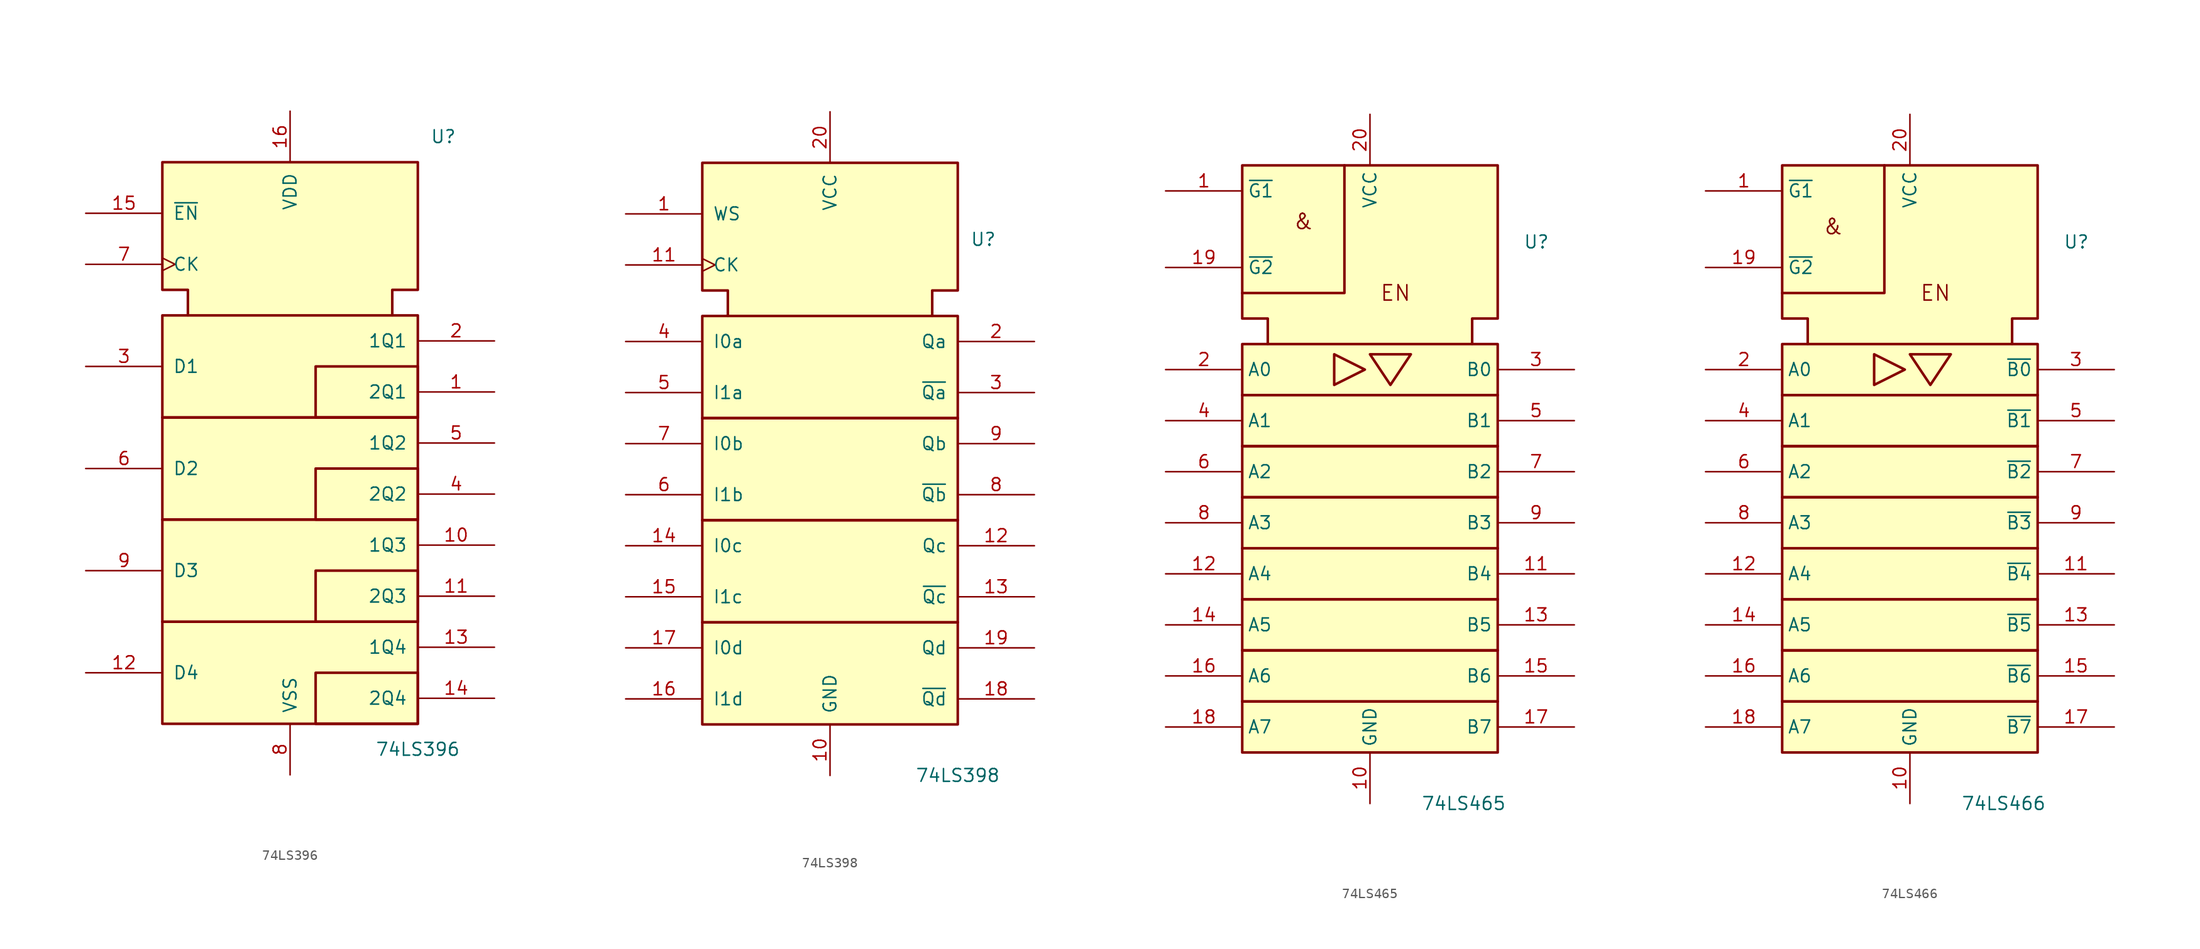
<source format=kicad_sym>
(kicad_symbol_lib
  (version 20241209)
  (generator "kicad_symbol_editor")
  (generator_version "9.0")
  (symbol "74LS396"
    (pin_names
      (offset 1.016))
    (property "Reference" "U"
      (at 15.24 20.32 0)
      (effects (font (size 1.27 1.27))))
    (property "Value" "74LS396"
      (at 12.7 -40.64 0)
      (effects (font (size 1.27 1.27))))
    (symbol "74LS396_0_0"
      (rectangle (start -12.7 2.54) (end 12.7 -7.62) (stroke (width 0.254) (type default)) (fill (type background)))
      (rectangle (start -12.7 -7.62) (end 12.7 -17.78) (stroke (width 0.254) (type default)) (fill (type background)))
      (rectangle (start -12.7 -17.78) (end 12.7 -27.94) (stroke (width 0.254) (type default)) (fill (type background)))
      (rectangle (start -12.7 -27.94) (end 12.7 -38.1) (stroke (width 0.254) (type default)) (fill (type background)))
      (rectangle (start 12.7 -2.54) (end 2.54 -7.62) (stroke (width 0.254) (type default)) (fill (type background)))
      (rectangle (start 12.7 -12.7) (end 2.54 -17.78) (stroke (width 0.254) (type default)) (fill (type background)))
      (rectangle (start 12.7 -22.86) (end 2.54 -27.94) (stroke (width 0.254) (type default)) (fill (type background)))
      (rectangle (start 12.7 -33.02) (end 2.54 -38.1) (stroke (width 0.254) (type default)) (fill (type background))))
    (symbol "74LS396_0_1"
      (polyline (pts (xy -10.16 2.54) (xy -10.16 5.08) (xy -12.7 5.08) (xy -12.7 17.78) (xy 12.7 17.78) (xy 12.7 5.08) (xy 10.16 5.08) (xy 10.16 2.54) (xy 10.16 2.54)) (stroke (width 0.254) (type default)) (fill (type background))))
    (symbol "74LS396_1_1"
      (pin input line (at -20.32 12.7 0) (length 7.62) (name "~{EN}" (effects (font (size 1.27 1.27)))) (number "15" (effects (font (size 1.27 1.27)))))
      (pin input clock (at -20.32 7.62 0) (length 7.62) (name "CK" (effects (font (size 1.27 1.27)))) (number "7" (effects (font (size 1.27 1.27)))))
      (pin input line (at -20.32 -2.54 0) (length 7.62) (name "D1" (effects (font (size 1.27 1.27)))) (number "3" (effects (font (size 1.27 1.27)))))
      (pin input line (at -20.32 -12.7 0) (length 7.62) (name "D2" (effects (font (size 1.27 1.27)))) (number "6" (effects (font (size 1.27 1.27)))))
      (pin input line (at -20.32 -22.86 0) (length 7.62) (name "D3" (effects (font (size 1.27 1.27)))) (number "9" (effects (font (size 1.27 1.27)))))
      (pin input line (at -20.32 -33.02 0) (length 7.62) (name "D4" (effects (font (size 1.27 1.27)))) (number "12" (effects (font (size 1.27 1.27)))))
      (pin power_in line (at 0 22.86 270) (length 5.08) (name "VDD" (effects (font (size 1.27 1.27)))) (number "16" (effects (font (size 1.27 1.27)))))
      (pin power_in line (at 0 -43.18 90) (length 5.08) (name "VSS" (effects (font (size 1.27 1.27)))) (number "8" (effects (font (size 1.27 1.27)))))
      (pin output line (at 20.32 0 180) (length 7.62) (name "1Q1" (effects (font (size 1.27 1.27)))) (number "2" (effects (font (size 1.27 1.27)))))
      (pin output line (at 20.32 -5.08 180) (length 7.62) (name "2Q1" (effects (font (size 1.27 1.27)))) (number "1" (effects (font (size 1.27 1.27)))))
      (pin output line (at 20.32 -10.16 180) (length 7.62) (name "1Q2" (effects (font (size 1.27 1.27)))) (number "5" (effects (font (size 1.27 1.27)))))
      (pin output line (at 20.32 -15.24 180) (length 7.62) (name "2Q2" (effects (font (size 1.27 1.27)))) (number "4" (effects (font (size 1.27 1.27)))))
      (pin output line (at 20.32 -20.32 180) (length 7.62) (name "1Q3" (effects (font (size 1.27 1.27)))) (number "10" (effects (font (size 1.27 1.27)))))
      (pin output line (at 20.32 -25.4 180) (length 7.62) (name "2Q3" (effects (font (size 1.27 1.27)))) (number "11" (effects (font (size 1.27 1.27)))))
      (pin output line (at 20.32 -30.48 180) (length 7.62) (name "1Q4" (effects (font (size 1.27 1.27)))) (number "13" (effects (font (size 1.27 1.27)))))
      (pin output line (at 20.32 -35.56 180) (length 7.62) (name "2Q4" (effects (font (size 1.27 1.27)))) (number "14" (effects (font (size 1.27 1.27)))))))
  (symbol "74LS398"
    (pin_names
      (offset 1.016))
    (property "Reference" "U"
      (at 15.24 20.32 0)
      (effects (font (size 1.27 1.27))))
    (property "Value" "74LS398"
      (at 12.7 -33.02 0)
      (effects (font (size 1.27 1.27))))
    (symbol "74LS398_0_0"
      (rectangle (start -12.7 12.7) (end 12.7 2.54) (stroke (width 0.254) (type default)) (fill (type background)))
      (rectangle (start -12.7 2.54) (end 12.7 -7.62) (stroke (width 0.254) (type default)) (fill (type background)))
      (rectangle (start -12.7 -7.62) (end 12.7 -17.78) (stroke (width 0.254) (type default)) (fill (type background)))
      (rectangle (start -12.7 -17.78) (end 12.7 -27.94) (stroke (width 0.254) (type default)) (fill (type background)))
      (polyline (pts (xy -10.16 12.7) (xy -10.16 15.24) (xy -12.7 15.24) (xy -12.7 27.94) (xy 12.7 27.94) (xy 12.7 15.24) (xy 10.16 15.24) (xy 10.16 12.7) (xy 10.16 12.7)) (stroke (width 0.254) (type default)) (fill (type background)))
      (pin power_in line (at 0 33.02 270) (length 5.08) (name "VCC" (effects (font (size 1.27 1.27)))) (number "20" (effects (font (size 1.27 1.27)))))
      (pin power_in line (at 0 -33.02 90) (length 5.08) (name "GND" (effects (font (size 1.27 1.27)))) (number "10" (effects (font (size 1.27 1.27))))))
    (symbol "74LS398_1_1"
      (pin input line (at -20.32 22.86 0) (length 7.62) (name "WS" (effects (font (size 1.27 1.27)))) (number "1" (effects (font (size 1.27 1.27)))))
      (pin input clock (at -20.32 17.78 0) (length 7.62) (name "CK" (effects (font (size 1.27 1.27)))) (number "11" (effects (font (size 1.27 1.27)))))
      (pin input line (at -20.32 10.16 0) (length 7.62) (name "I0a" (effects (font (size 1.27 1.27)))) (number "4" (effects (font (size 1.27 1.27)))))
      (pin input line (at -20.32 5.08 0) (length 7.62) (name "I1a" (effects (font (size 1.27 1.27)))) (number "5" (effects (font (size 1.27 1.27)))))
      (pin input line (at -20.32 0 0) (length 7.62) (name "I0b" (effects (font (size 1.27 1.27)))) (number "7" (effects (font (size 1.27 1.27)))))
      (pin input line (at -20.32 -5.08 0) (length 7.62) (name "I1b" (effects (font (size 1.27 1.27)))) (number "6" (effects (font (size 1.27 1.27)))))
      (pin input line (at -20.32 -10.16 0) (length 7.62) (name "I0c" (effects (font (size 1.27 1.27)))) (number "14" (effects (font (size 1.27 1.27)))))
      (pin input line (at -20.32 -15.24 0) (length 7.62) (name "I1c" (effects (font (size 1.27 1.27)))) (number "15" (effects (font (size 1.27 1.27)))))
      (pin input line (at -20.32 -20.32 0) (length 7.62) (name "I0d" (effects (font (size 1.27 1.27)))) (number "17" (effects (font (size 1.27 1.27)))))
      (pin input line (at -20.32 -25.4 0) (length 7.62) (name "I1d" (effects (font (size 1.27 1.27)))) (number "16" (effects (font (size 1.27 1.27)))))
      (pin tri_state line (at 20.32 10.16 180) (length 7.62) (name "Qa" (effects (font (size 1.27 1.27)))) (number "2" (effects (font (size 1.27 1.27)))))
      (pin output line (at 20.32 5.08 180) (length 7.62) (name "~{Qa}" (effects (font (size 1.27 1.27)))) (number "3" (effects (font (size 1.27 1.27)))))
      (pin tri_state line (at 20.32 0 180) (length 7.62) (name "Qb" (effects (font (size 1.27 1.27)))) (number "9" (effects (font (size 1.27 1.27)))))
      (pin output line (at 20.32 -5.08 180) (length 7.62) (name "~{Qb}" (effects (font (size 1.27 1.27)))) (number "8" (effects (font (size 1.27 1.27)))))
      (pin tri_state line (at 20.32 -10.16 180) (length 7.62) (name "Qc" (effects (font (size 1.27 1.27)))) (number "12" (effects (font (size 1.27 1.27)))))
      (pin output line (at 20.32 -15.24 180) (length 7.62) (name "~{Qc}" (effects (font (size 1.27 1.27)))) (number "13" (effects (font (size 1.27 1.27)))))
      (pin tri_state line (at 20.32 -20.32 180) (length 7.62) (name "Qd" (effects (font (size 1.27 1.27)))) (number "19" (effects (font (size 1.27 1.27)))))
      (pin output line (at 20.32 -25.4 180) (length 7.62) (name "~{Qd}" (effects (font (size 1.27 1.27)))) (number "18" (effects (font (size 1.27 1.27)))))))
  (symbol "74LS465"
    (property "Reference" "U"
      (at 15.24 25.4 0)
      (effects (font (size 1.27 1.27)) (justify left)))
    (property "Value" "74LS465"
      (at 5.08 -30.48 0)
      (effects (font (size 1.27 1.27)) (justify left)))
    (symbol "74LS465_0_0"
      (polyline (pts (xy -3.556 14.224) (xy -3.556 11.176) (xy -0.508 12.7) (xy -3.556 14.224) (xy -3.556 14.224)) (stroke (width 0.254) (type default)) (fill (type background)))
      (polyline (pts (xy -2.54 33.02) (xy -2.54 20.32) (xy -12.7 20.32) (xy -12.7 20.32)) (stroke (width 0.254) (type default)) (fill (type background)))
      (polyline (pts (xy 0 14.224) (xy 4.064 14.224) (xy 2.032 11.176) (xy 0 14.224) (xy 0 14.224)) (stroke (width 0.254) (type default)) (fill (type background)))
      (text "&" (at -6.604 27.432 0) (effects (font (size 1.524 1.524))))
      (text "EN" (at 2.54 20.32 0) (effects (font (size 1.524 1.524))))
      (pin power_in line (at 0 38.1 270) (length 5.08) (name "VCC" (effects (font (size 1.27 1.27)))) (number "20" (effects (font (size 1.27 1.27)))))
      (pin power_in line (at 0 -30.48 90) (length 5.08) (name "GND" (effects (font (size 1.27 1.27)))) (number "10" (effects (font (size 1.27 1.27))))))
    (symbol "74LS465_0_1"
      (rectangle (start -12.7 15.24) (end 12.7 10.16) (stroke (width 0.254) (type default)) (fill (type background)))
      (rectangle (start -12.7 10.16) (end 12.7 5.08) (stroke (width 0.254) (type default)) (fill (type background)))
      (rectangle (start -12.7 5.08) (end 12.7 0) (stroke (width 0.254) (type default)) (fill (type background)))
      (rectangle (start -12.7 0) (end 12.7 -5.08) (stroke (width 0.254) (type default)) (fill (type background)))
      (rectangle (start -12.7 -5.08) (end 12.7 -10.16) (stroke (width 0.254) (type default)) (fill (type background)))
      (rectangle (start -12.7 -10.16) (end 12.7 -15.24) (stroke (width 0.254) (type default)) (fill (type background)))
      (rectangle (start -12.7 -15.24) (end 12.7 -20.32) (stroke (width 0.254) (type default)) (fill (type background)))
      (rectangle (start -12.7 -20.32) (end 12.7 -25.4) (stroke (width 0.254) (type default)) (fill (type background)))
      (polyline (pts (xy -10.16 15.24) (xy -10.16 17.78) (xy -12.7 17.78) (xy -12.7 33.02) (xy 12.7 33.02) (xy 12.7 17.78) (xy 10.16 17.78) (xy 10.16 15.24) (xy 10.16 15.24)) (stroke (width 0.254) (type default)) (fill (type background))))
    (symbol "74LS465_1_1"
      (pin input line (at -20.32 30.48 0) (length 7.62) (name "~{G1}" (effects (font (size 1.27 1.27)))) (number "1" (effects (font (size 1.27 1.27)))))
      (pin input line (at -20.32 22.86 0) (length 7.62) (name "~{G2}" (effects (font (size 1.27 1.27)))) (number "19" (effects (font (size 1.27 1.27)))))
      (pin tri_state line (at -20.32 12.7 0) (length 7.62) (name "A0" (effects (font (size 1.27 1.27)))) (number "2" (effects (font (size 1.27 1.27)))))
      (pin tri_state line (at -20.32 7.62 0) (length 7.62) (name "A1" (effects (font (size 1.27 1.27)))) (number "4" (effects (font (size 1.27 1.27)))))
      (pin tri_state line (at -20.32 2.54 0) (length 7.62) (name "A2" (effects (font (size 1.27 1.27)))) (number "6" (effects (font (size 1.27 1.27)))))
      (pin tri_state line (at -20.32 -2.54 0) (length 7.62) (name "A3" (effects (font (size 1.27 1.27)))) (number "8" (effects (font (size 1.27 1.27)))))
      (pin tri_state line (at -20.32 -7.62 0) (length 7.62) (name "A4" (effects (font (size 1.27 1.27)))) (number "12" (effects (font (size 1.27 1.27)))))
      (pin tri_state line (at -20.32 -12.7 0) (length 7.62) (name "A5" (effects (font (size 1.27 1.27)))) (number "14" (effects (font (size 1.27 1.27)))))
      (pin tri_state line (at -20.32 -17.78 0) (length 7.62) (name "A6" (effects (font (size 1.27 1.27)))) (number "16" (effects (font (size 1.27 1.27)))))
      (pin tri_state line (at -20.32 -22.86 0) (length 7.62) (name "A7" (effects (font (size 1.27 1.27)))) (number "18" (effects (font (size 1.27 1.27)))))
      (pin tri_state line (at 20.32 12.7 180) (length 7.62) (name "B0" (effects (font (size 1.27 1.27)))) (number "3" (effects (font (size 1.27 1.27)))))
      (pin tri_state line (at 20.32 7.62 180) (length 7.62) (name "B1" (effects (font (size 1.27 1.27)))) (number "5" (effects (font (size 1.27 1.27)))))
      (pin tri_state line (at 20.32 2.54 180) (length 7.62) (name "B2" (effects (font (size 1.27 1.27)))) (number "7" (effects (font (size 1.27 1.27)))))
      (pin tri_state line (at 20.32 -2.54 180) (length 7.62) (name "B3" (effects (font (size 1.27 1.27)))) (number "9" (effects (font (size 1.27 1.27)))))
      (pin tri_state line (at 20.32 -7.62 180) (length 7.62) (name "B4" (effects (font (size 1.27 1.27)))) (number "11" (effects (font (size 1.27 1.27)))))
      (pin tri_state line (at 20.32 -12.7 180) (length 7.62) (name "B5" (effects (font (size 1.27 1.27)))) (number "13" (effects (font (size 1.27 1.27)))))
      (pin tri_state line (at 20.32 -17.78 180) (length 7.62) (name "B6" (effects (font (size 1.27 1.27)))) (number "15" (effects (font (size 1.27 1.27)))))
      (pin tri_state line (at 20.32 -22.86 180) (length 7.62) (name "B7" (effects (font (size 1.27 1.27)))) (number "17" (effects (font (size 1.27 1.27)))))))
  (symbol "74LS466"
    (property "Reference" "U"
      (at 15.24 25.4 0)
      (effects (font (size 1.27 1.27)) (justify left)))
    (property "Value" "74LS466"
      (at 5.08 -30.48 0)
      (effects (font (size 1.27 1.27)) (justify left)))
    (symbol "74LS466_0_0"
      (polyline (pts (xy -3.556 14.224) (xy -3.556 11.176) (xy -0.508 12.7) (xy -3.556 14.224) (xy -3.556 14.224)) (stroke (width 0.254) (type default)) (fill (type background)))
      (polyline (pts (xy -2.54 33.02) (xy -2.54 20.32) (xy -12.7 20.32) (xy -12.7 20.32)) (stroke (width 0.254) (type default)) (fill (type background)))
      (polyline (pts (xy 0 14.224) (xy 4.064 14.224) (xy 2.032 11.176) (xy 0 14.224) (xy 0 14.224)) (stroke (width 0.254) (type default)) (fill (type background)))
      (text "&" (at -7.62 26.924 0) (effects (font (size 1.524 1.524))))
      (text "EN" (at 2.54 20.32 0) (effects (font (size 1.524 1.524))))
      (pin power_in line (at 0 38.1 270) (length 5.08) (name "VCC" (effects (font (size 1.27 1.27)))) (number "20" (effects (font (size 1.27 1.27)))))
      (pin power_in line (at 0 -30.48 90) (length 5.08) (name "GND" (effects (font (size 1.27 1.27)))) (number "10" (effects (font (size 1.27 1.27))))))
    (symbol "74LS466_0_1"
      (rectangle (start -12.7 15.24) (end 12.7 10.16) (stroke (width 0.254) (type default)) (fill (type background)))
      (rectangle (start -12.7 10.16) (end 12.7 5.08) (stroke (width 0.254) (type default)) (fill (type background)))
      (rectangle (start -12.7 5.08) (end 12.7 0) (stroke (width 0.254) (type default)) (fill (type background)))
      (rectangle (start -12.7 0) (end 12.7 -5.08) (stroke (width 0.254) (type default)) (fill (type background)))
      (rectangle (start -12.7 -5.08) (end 12.7 -10.16) (stroke (width 0.254) (type default)) (fill (type background)))
      (rectangle (start -12.7 -10.16) (end 12.7 -15.24) (stroke (width 0.254) (type default)) (fill (type background)))
      (rectangle (start -12.7 -15.24) (end 12.7 -20.32) (stroke (width 0.254) (type default)) (fill (type background)))
      (rectangle (start -12.7 -20.32) (end 12.7 -25.4) (stroke (width 0.254) (type default)) (fill (type background)))
      (polyline (pts (xy -10.16 15.24) (xy -10.16 17.78) (xy -12.7 17.78) (xy -12.7 33.02) (xy 12.7 33.02) (xy 12.7 17.78) (xy 10.16 17.78) (xy 10.16 15.24) (xy 10.16 15.24)) (stroke (width 0.254) (type default)) (fill (type background))))
    (symbol "74LS466_1_1"
      (pin input line (at -20.32 30.48 0) (length 7.62) (name "~{G1}" (effects (font (size 1.27 1.27)))) (number "1" (effects (font (size 1.27 1.27)))))
      (pin input line (at -20.32 22.86 0) (length 7.62) (name "~{G2}" (effects (font (size 1.27 1.27)))) (number "19" (effects (font (size 1.27 1.27)))))
      (pin tri_state line (at -20.32 12.7 0) (length 7.62) (name "A0" (effects (font (size 1.27 1.27)))) (number "2" (effects (font (size 1.27 1.27)))))
      (pin tri_state line (at -20.32 7.62 0) (length 7.62) (name "A1" (effects (font (size 1.27 1.27)))) (number "4" (effects (font (size 1.27 1.27)))))
      (pin tri_state line (at -20.32 2.54 0) (length 7.62) (name "A2" (effects (font (size 1.27 1.27)))) (number "6" (effects (font (size 1.27 1.27)))))
      (pin tri_state line (at -20.32 -2.54 0) (length 7.62) (name "A3" (effects (font (size 1.27 1.27)))) (number "8" (effects (font (size 1.27 1.27)))))
      (pin tri_state line (at -20.32 -7.62 0) (length 7.62) (name "A4" (effects (font (size 1.27 1.27)))) (number "12" (effects (font (size 1.27 1.27)))))
      (pin tri_state line (at -20.32 -12.7 0) (length 7.62) (name "A5" (effects (font (size 1.27 1.27)))) (number "14" (effects (font (size 1.27 1.27)))))
      (pin tri_state line (at -20.32 -17.78 0) (length 7.62) (name "A6" (effects (font (size 1.27 1.27)))) (number "16" (effects (font (size 1.27 1.27)))))
      (pin tri_state line (at -20.32 -22.86 0) (length 7.62) (name "A7" (effects (font (size 1.27 1.27)))) (number "18" (effects (font (size 1.27 1.27)))))
      (pin tri_state line (at 20.32 12.7 180) (length 7.62) (name "~{B0}" (effects (font (size 1.27 1.27)))) (number "3" (effects (font (size 1.27 1.27)))))
      (pin tri_state line (at 20.32 7.62 180) (length 7.62) (name "~{B1}" (effects (font (size 1.27 1.27)))) (number "5" (effects (font (size 1.27 1.27)))))
      (pin tri_state line (at 20.32 2.54 180) (length 7.62) (name "~{B2}" (effects (font (size 1.27 1.27)))) (number "7" (effects (font (size 1.27 1.27)))))
      (pin tri_state line (at 20.32 -2.54 180) (length 7.62) (name "~{B3}" (effects (font (size 1.27 1.27)))) (number "9" (effects (font (size 1.27 1.27)))))
      (pin tri_state line (at 20.32 -7.62 180) (length 7.62) (name "~{B4}" (effects (font (size 1.27 1.27)))) (number "11" (effects (font (size 1.27 1.27)))))
      (pin tri_state line (at 20.32 -12.7 180) (length 7.62) (name "~{B5}" (effects (font (size 1.27 1.27)))) (number "13" (effects (font (size 1.27 1.27)))))
      (pin tri_state line (at 20.32 -17.78 180) (length 7.62) (name "~{B6}" (effects (font (size 1.27 1.27)))) (number "15" (effects (font (size 1.27 1.27)))))
      (pin tri_state line (at 20.32 -22.86 180) (length 7.62) (name "~{B7}" (effects (font (size 1.27 1.27)))) (number "17" (effects (font (size 1.27 1.27))))))))
</source>
